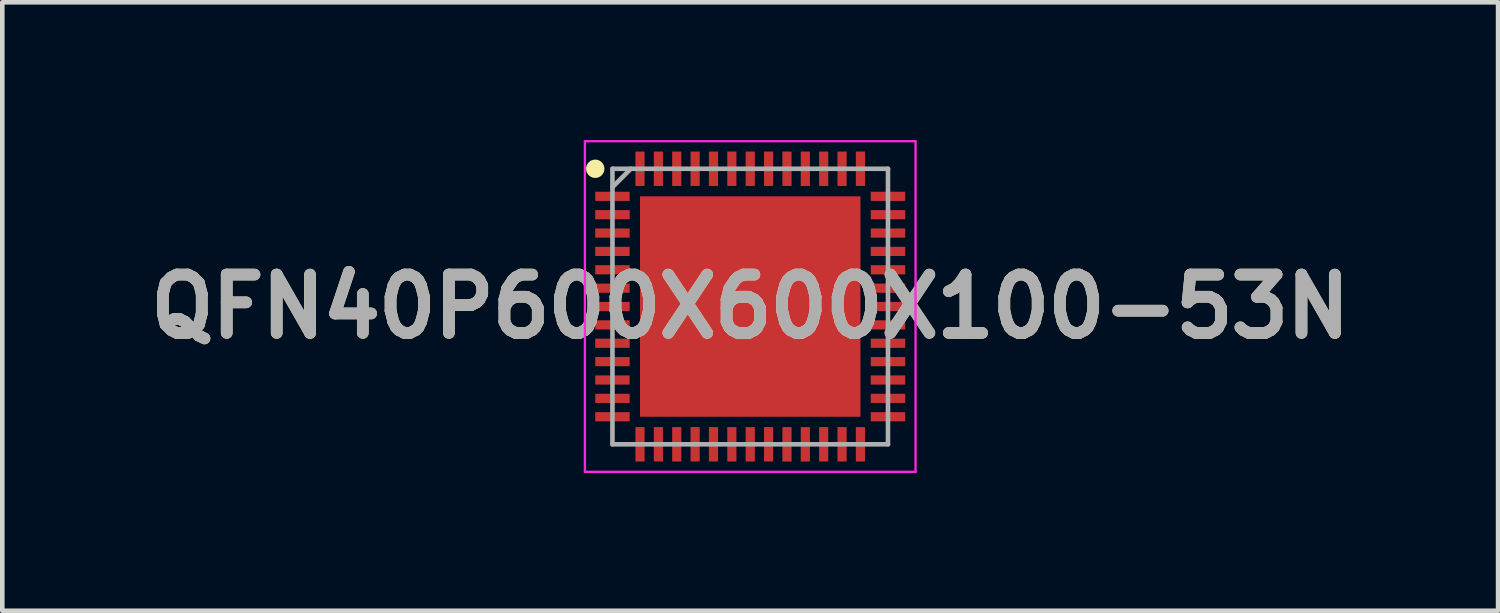
<source format=kicad_pcb>
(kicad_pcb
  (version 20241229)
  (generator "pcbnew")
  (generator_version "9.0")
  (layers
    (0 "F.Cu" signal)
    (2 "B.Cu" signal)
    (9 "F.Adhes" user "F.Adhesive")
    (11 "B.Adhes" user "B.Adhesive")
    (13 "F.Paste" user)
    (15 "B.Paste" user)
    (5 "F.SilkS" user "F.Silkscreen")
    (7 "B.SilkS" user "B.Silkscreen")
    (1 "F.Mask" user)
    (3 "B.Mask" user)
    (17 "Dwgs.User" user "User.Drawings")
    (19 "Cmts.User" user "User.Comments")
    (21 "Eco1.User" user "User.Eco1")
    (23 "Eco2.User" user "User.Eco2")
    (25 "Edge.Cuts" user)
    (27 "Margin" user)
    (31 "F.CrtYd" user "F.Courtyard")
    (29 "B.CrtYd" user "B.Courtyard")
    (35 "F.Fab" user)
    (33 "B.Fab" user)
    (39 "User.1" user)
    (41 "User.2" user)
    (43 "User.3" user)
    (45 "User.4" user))
  (footprint "QFN40P600X600X100-53N"
    (layer "F.Cu")
    (at 13.287 3.625)
    (property "Reference" "QFN40P600X600X100-53N" (at 0 0 0) (layer "F.SilkS") (effects (font (size 1.27 1.27) (thickness 0.254))))
    (attr smd)
    (fp_circle (center -3.375 -3) (end -3.375 -2.9) (stroke (width 0.2) (type solid)) (fill no) (layer "F.SilkS"))
    (fp_line (start -3.6 -3.6) (end 3.6 -3.6) (stroke (width 0.05) (type solid)) (layer "F.CrtYd"))
    (fp_line (start -3.6 3.6) (end -3.6 -3.6) (stroke (width 0.05) (type solid)) (layer "F.CrtYd"))
    (fp_line (start 3.6 -3.6) (end 3.6 3.6) (stroke (width 0.05) (type solid)) (layer "F.CrtYd"))
    (fp_line (start 3.6 3.6) (end -3.6 3.6) (stroke (width 0.05) (type solid)) (layer "F.CrtYd"))
    (fp_line (start -3 -3) (end 3 -3) (stroke (width 0.1) (type solid)) (layer "F.Fab"))
    (fp_line (start -3 -2.6) (end -2.6 -3) (stroke (width 0.1) (type solid)) (layer "F.Fab"))
    (fp_line (start -3 3) (end -3 -3) (stroke (width 0.1) (type solid)) (layer "F.Fab"))
    (fp_line (start 3 -3) (end 3 3) (stroke (width 0.1) (type solid)) (layer "F.Fab"))
    (fp_line (start 3 3) (end -3 3) (stroke (width 0.1) (type solid)) (layer "F.Fab"))
    (fp_text user "${REFERENCE}" (at 0 0 0) (layer "F.Fab") (effects (font (size 1.27 1.27) (thickness 0.254))))
    (pad "1" smd rect (at -3 -2.4 90) (size 0.2 0.75) (layers "F.Cu" "F.Mask" "F.Paste"))
    (pad "2" smd rect (at -3 -2 90) (size 0.2 0.75) (layers "F.Cu" "F.Mask" "F.Paste"))
    (pad "3" smd rect (at -3 -1.6 90) (size 0.2 0.75) (layers "F.Cu" "F.Mask" "F.Paste"))
    (pad "4" smd rect (at -3 -1.2 90) (size 0.2 0.75) (layers "F.Cu" "F.Mask" "F.Paste"))
    (pad "5" smd rect (at -3 -0.8 90) (size 0.2 0.75) (layers "F.Cu" "F.Mask" "F.Paste"))
    (pad "6" smd rect (at -3 -0.4 90) (size 0.2 0.75) (layers "F.Cu" "F.Mask" "F.Paste"))
    (pad "7" smd rect (at -3 0 90) (size 0.2 0.75) (layers "F.Cu" "F.Mask" "F.Paste"))
    (pad "8" smd rect (at -3 0.4 90) (size 0.2 0.75) (layers "F.Cu" "F.Mask" "F.Paste"))
    (pad "9" smd rect (at -3 0.8 90) (size 0.2 0.75) (layers "F.Cu" "F.Mask" "F.Paste"))
    (pad "10" smd rect (at -3 1.2 90) (size 0.2 0.75) (layers "F.Cu" "F.Mask" "F.Paste"))
    (pad "11" smd rect (at -3 1.6 90) (size 0.2 0.75) (layers "F.Cu" "F.Mask" "F.Paste"))
    (pad "12" smd rect (at -3 2 90) (size 0.2 0.75) (layers "F.Cu" "F.Mask" "F.Paste"))
    (pad "13" smd rect (at -3 2.4 90) (size 0.2 0.75) (layers "F.Cu" "F.Mask" "F.Paste"))
    (pad "14" smd rect (at -2.4 3) (size 0.2 0.75) (layers "F.Cu" "F.Mask" "F.Paste"))
    (pad "15" smd rect (at -2 3) (size 0.2 0.75) (layers "F.Cu" "F.Mask" "F.Paste"))
    (pad "16" smd rect (at -1.6 3) (size 0.2 0.75) (layers "F.Cu" "F.Mask" "F.Paste"))
    (pad "17" smd rect (at -1.2 3) (size 0.2 0.75) (layers "F.Cu" "F.Mask" "F.Paste"))
    (pad "18" smd rect (at -0.8 3) (size 0.2 0.75) (layers "F.Cu" "F.Mask" "F.Paste"))
    (pad "19" smd rect (at -0.4 3) (size 0.2 0.75) (layers "F.Cu" "F.Mask" "F.Paste"))
    (pad "20" smd rect (at 0 3) (size 0.2 0.75) (layers "F.Cu" "F.Mask" "F.Paste"))
    (pad "21" smd rect (at 0.4 3) (size 0.2 0.75) (layers "F.Cu" "F.Mask" "F.Paste"))
    (pad "22" smd rect (at 0.8 3) (size 0.2 0.75) (layers "F.Cu" "F.Mask" "F.Paste"))
    (pad "23" smd rect (at 1.2 3) (size 0.2 0.75) (layers "F.Cu" "F.Mask" "F.Paste"))
    (pad "24" smd rect (at 1.6 3) (size 0.2 0.75) (layers "F.Cu" "F.Mask" "F.Paste"))
    (pad "25" smd rect (at 2 3) (size 0.2 0.75) (layers "F.Cu" "F.Mask" "F.Paste"))
    (pad "26" smd rect (at 2.4 3) (size 0.2 0.75) (layers "F.Cu" "F.Mask" "F.Paste"))
    (pad "27" smd rect (at 3 2.4 90) (size 0.2 0.75) (layers "F.Cu" "F.Mask" "F.Paste"))
    (pad "28" smd rect (at 3 2 90) (size 0.2 0.75) (layers "F.Cu" "F.Mask" "F.Paste"))
    (pad "29" smd rect (at 3 1.6 90) (size 0.2 0.75) (layers "F.Cu" "F.Mask" "F.Paste"))
    (pad "30" smd rect (at 3 1.2 90) (size 0.2 0.75) (layers "F.Cu" "F.Mask" "F.Paste"))
    (pad "31" smd rect (at 3 0.8 90) (size 0.2 0.75) (layers "F.Cu" "F.Mask" "F.Paste"))
    (pad "32" smd rect (at 3 0.4 90) (size 0.2 0.75) (layers "F.Cu" "F.Mask" "F.Paste"))
    (pad "33" smd rect (at 3 0 90) (size 0.2 0.75) (layers "F.Cu" "F.Mask" "F.Paste"))
    (pad "34" smd rect (at 3 -0.4 90) (size 0.2 0.75) (layers "F.Cu" "F.Mask" "F.Paste"))
    (pad "35" smd rect (at 3 -0.8 90) (size 0.2 0.75) (layers "F.Cu" "F.Mask" "F.Paste"))
    (pad "36" smd rect (at 3 -1.2 90) (size 0.2 0.75) (layers "F.Cu" "F.Mask" "F.Paste"))
    (pad "37" smd rect (at 3 -1.6 90) (size 0.2 0.75) (layers "F.Cu" "F.Mask" "F.Paste"))
    (pad "38" smd rect (at 3 -2 90) (size 0.2 0.75) (layers "F.Cu" "F.Mask" "F.Paste"))
    (pad "39" smd rect (at 3 -2.4 90) (size 0.2 0.75) (layers "F.Cu" "F.Mask" "F.Paste"))
    (pad "40" smd rect (at 2.4 -3) (size 0.2 0.75) (layers "F.Cu" "F.Mask" "F.Paste"))
    (pad "41" smd rect (at 2 -3) (size 0.2 0.75) (layers "F.Cu" "F.Mask" "F.Paste"))
    (pad "42" smd rect (at 1.6 -3) (size 0.2 0.75) (layers "F.Cu" "F.Mask" "F.Paste"))
    (pad "43" smd rect (at 1.2 -3) (size 0.2 0.75) (layers "F.Cu" "F.Mask" "F.Paste"))
    (pad "44" smd rect (at 0.8 -3) (size 0.2 0.75) (layers "F.Cu" "F.Mask" "F.Paste"))
    (pad "45" smd rect (at 0.4 -3) (size 0.2 0.75) (layers "F.Cu" "F.Mask" "F.Paste"))
    (pad "46" smd rect (at 0 -3) (size 0.2 0.75) (layers "F.Cu" "F.Mask" "F.Paste"))
    (pad "47" smd rect (at -0.4 -3) (size 0.2 0.75) (layers "F.Cu" "F.Mask" "F.Paste"))
    (pad "48" smd rect (at -0.8 -3) (size 0.2 0.75) (layers "F.Cu" "F.Mask" "F.Paste"))
    (pad "49" smd rect (at -1.2 -3) (size 0.2 0.75) (layers "F.Cu" "F.Mask" "F.Paste"))
    (pad "50" smd rect (at -1.6 -3) (size 0.2 0.75) (layers "F.Cu" "F.Mask" "F.Paste"))
    (pad "51" smd rect (at -2 -3) (size 0.2 0.75) (layers "F.Cu" "F.Mask" "F.Paste"))
    (pad "52" smd rect (at -2.4 -3) (size 0.2 0.75) (layers "F.Cu" "F.Mask" "F.Paste"))
    (pad "53" smd rect (at 0 0) (size 4.8 4.8) (layers "F.Cu" "F.Mask" "F.Paste")))
  (gr_rect
    (start -3 -3)
    (end 29.573 10.25)
    (stroke (width 0.1) (type default))
    (fill no)
    (layer "Edge.Cuts")))
</source>
